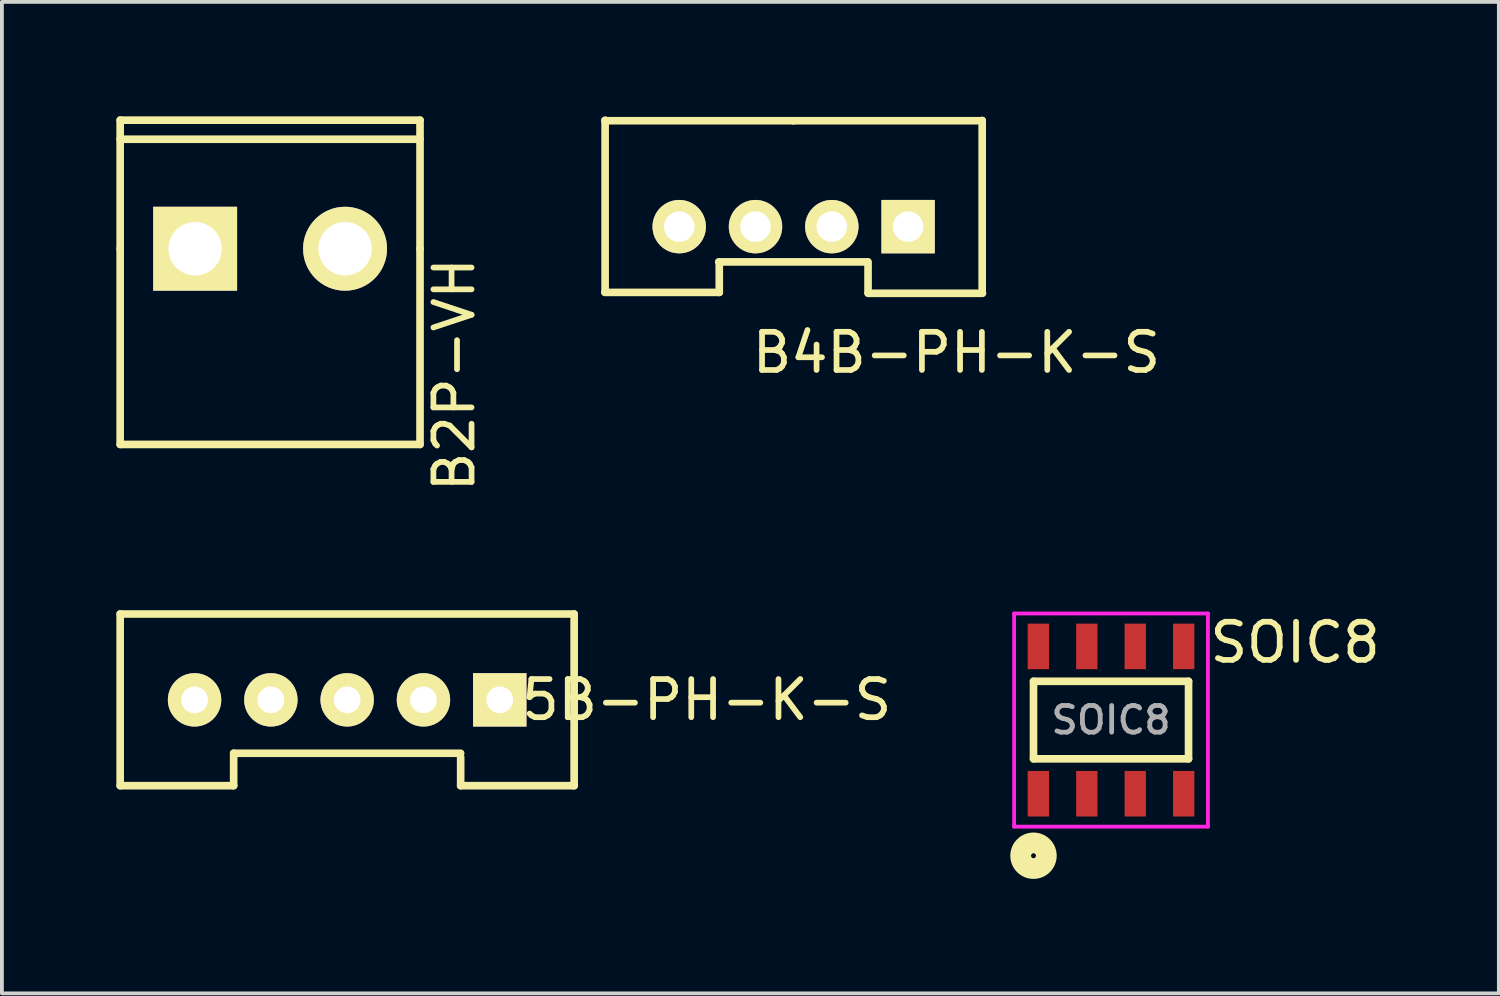
<source format=kicad_pcb>
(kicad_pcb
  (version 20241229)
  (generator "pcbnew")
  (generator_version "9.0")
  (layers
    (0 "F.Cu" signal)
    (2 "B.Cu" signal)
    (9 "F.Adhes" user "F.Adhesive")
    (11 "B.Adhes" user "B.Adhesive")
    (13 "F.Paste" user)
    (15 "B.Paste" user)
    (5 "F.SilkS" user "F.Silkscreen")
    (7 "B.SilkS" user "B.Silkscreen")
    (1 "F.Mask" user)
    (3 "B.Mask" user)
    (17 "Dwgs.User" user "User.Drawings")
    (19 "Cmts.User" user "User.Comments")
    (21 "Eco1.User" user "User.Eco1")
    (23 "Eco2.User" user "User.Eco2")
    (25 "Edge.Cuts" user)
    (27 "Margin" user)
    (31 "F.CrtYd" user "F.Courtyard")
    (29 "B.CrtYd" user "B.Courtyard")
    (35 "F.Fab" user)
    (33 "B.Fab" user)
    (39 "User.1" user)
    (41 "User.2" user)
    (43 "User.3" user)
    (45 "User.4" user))
  (footprint "SOIC8"
    (layer "F.Cu")
    (at 26.073 15.825)
    (property "Reference" "SOIC8" (at 4.826 -2.032 0) (layer "F.SilkS") (effects (font (size 1 1) (thickness 0.15))))
    (attr through_hole)
    (fp_line (start -2.032 -1.016) (end -2.032 1.016) (stroke (width 0.2) (type solid)) (layer "F.SilkS"))
    (fp_line (start -2.032 1.016) (end 2.032 1.016) (stroke (width 0.2) (type solid)) (layer "F.SilkS"))
    (fp_line (start 2.032 -1.016) (end -2.032 -1.016) (stroke (width 0.2) (type solid)) (layer "F.SilkS"))
    (fp_line (start 2.032 1.016) (end 2.032 -1.016) (stroke (width 0.2) (type solid)) (layer "F.SilkS"))
    (fp_circle (center -2.032 3.556) (end -1.968 3.556) (stroke (width 0.2) (type solid)) (fill no) (layer "F.SilkS"))
    (fp_circle (center -2.032 3.556) (end -1.841 3.556) (stroke (width 0.2) (type solid)) (fill no) (layer "F.SilkS"))
    (fp_circle (center -2.032 3.556) (end -1.778 3.619) (stroke (width 0.2) (type solid)) (fill no) (layer "F.SilkS"))
    (fp_circle (center -2.032 3.556) (end -1.651 3.493) (stroke (width 0.2) (type solid)) (fill no) (layer "F.SilkS"))
    (fp_circle (center -2.032 3.556) (end -1.524 3.556) (stroke (width 0.2) (type solid)) (fill no) (layer "F.SilkS"))
    (fp_line (start -2.54 -2.794) (end -2.54 2.794) (stroke (width 0.1) (type solid)) (layer "F.CrtYd"))
    (fp_line (start -2.54 2.794) (end 2.54 2.794) (stroke (width 0.1) (type solid)) (layer "F.CrtYd"))
    (fp_line (start 2.54 -2.794) (end -2.54 -2.794) (stroke (width 0.1) (type solid)) (layer "F.CrtYd"))
    (fp_line (start 2.54 2.794) (end 2.54 -2.794) (stroke (width 0.1) (type solid)) (layer "F.CrtYd"))
    (fp_text user "${REFERENCE}" (at 0 0 0) (layer "F.Fab") (effects (font (size 0.7 0.7) (thickness 0.125))))
    (pad "1" smd rect (at -1.905 1.931) (size 0.559 1.194) (layers "F.Cu" "F.Mask" "F.Paste"))
    (pad "2" smd rect (at -0.635 1.931) (size 0.559 1.194) (layers "F.Cu" "F.Mask" "F.Paste"))
    (pad "3" smd rect (at 0.635 1.931) (size 0.559 1.194) (layers "F.Cu" "F.Mask" "F.Paste"))
    (pad "4" smd rect (at 1.905 1.931) (size 0.559 1.194) (layers "F.Cu" "F.Mask" "F.Paste"))
    (pad "5" smd rect (at 1.905 -1.931) (size 0.559 1.194) (layers "F.Cu" "F.Mask" "F.Paste"))
    (pad "6" smd rect (at 0.635 -1.931) (size 0.559 1.194) (layers "F.Cu" "F.Mask" "F.Paste"))
    (pad "7" smd rect (at -0.635 -1.931) (size 0.559 1.194) (layers "F.Cu" "F.Mask" "F.Paste"))
    (pad "8" smd rect (at -1.905 -1.931) (size 0.559 1.194) (layers "F.Cu" "F.Mask" "F.Paste")))
  (footprint "B2P-VH"
    (layer "F.Cu")
    (at 4.03 3.47)
    (property "Reference" "B2P-VH" (at 4.826 3.302 90) (layer "F.SilkS") (effects (font (size 1 1) (thickness 0.15))))
    (attr through_hole)
    (fp_line (start -3.93 -3.37) (end 3.93 -3.37) (stroke (width 0.2) (type solid)) (layer "F.SilkS"))
    (fp_line (start -3.93 -2.87) (end 3.93 -2.87) (stroke (width 0.2) (type solid)) (layer "F.SilkS"))
    (fp_line (start -3.93 0) (end -3.93 -3.37) (stroke (width 0.2) (type solid)) (layer "F.SilkS"))
    (fp_line (start -3.93 0) (end -3.93 5.13) (stroke (width 0.2) (type solid)) (layer "F.SilkS"))
    (fp_line (start -3.93 5.13) (end 3.93 5.13) (stroke (width 0.2) (type solid)) (layer "F.SilkS"))
    (fp_line (start 3.93 -3.37) (end 3.93 0) (stroke (width 0.2) (type solid)) (layer "F.SilkS"))
    (fp_line (start 3.93 5.13) (end 3.93 0) (stroke (width 0.2) (type solid)) (layer "F.SilkS"))
    (pad "1" thru_hole rect (at -1.965 0) (size 2.2 2.2) (drill 1.4) (layers "*.Cu" "*.Mask" "F.SilkS"))
    (pad "2" thru_hole circle (at 1.965 0) (size 2.2 2.2) (drill 1.4) (layers "*.Cu" "*.Mask" "F.SilkS")))
  (footprint "B4B-PH-K-S"
    (layer "F.Cu")
    (at 17.754 2.891)
    (property "Reference" "B4B-PH-K-S" (at 4.267 3.302 0) (layer "F.SilkS") (effects (font (size 1 1) (thickness 0.15))))
    (attr through_hole)
    (fp_line (start -4.95 1.724) (end -1.95 1.724) (stroke (width 0.2) (type solid)) (layer "F.SilkS"))
    (fp_line (start -4.942 1.709) (end -4.942 -2.791) (stroke (width 0.2) (type solid)) (layer "F.SilkS"))
    (fp_line (start -1.95 1.724) (end -1.95 0.924) (stroke (width 0.2) (type solid)) (layer "F.SilkS"))
    (fp_line (start -0.008 -2.776) (end 4.942 -2.776) (stroke (width 0.2) (type solid)) (layer "F.SilkS"))
    (fp_line (start 0 -2.776) (end -4.95 -2.776) (stroke (width 0.2) (type solid)) (layer "F.SilkS"))
    (fp_line (start 1.935 0.924) (end -1.964 0.924) (stroke (width 0.2) (type solid)) (layer "F.SilkS"))
    (fp_line (start 1.95 1.724) (end 1.95 0.924) (stroke (width 0.2) (type solid)) (layer "F.SilkS"))
    (fp_line (start 4.942 -2.783) (end 4.942 1.717) (stroke (width 0.2) (type solid)) (layer "F.SilkS"))
    (fp_line (start 4.95 1.747) (end 1.95 1.747) (stroke (width 0.2) (type solid)) (layer "F.SilkS"))
    (pad "1" thru_hole rect (at 3 0) (size 1.4 1.4) (drill 0.8) (layers "*.Cu" "*.Mask" "F.SilkS"))
    (pad "2" thru_hole circle (at 1 0) (size 1.4 1.4) (drill 0.8) (layers "*.Cu" "*.Mask" "F.SilkS"))
    (pad "3" thru_hole circle (at -1 0) (size 1.4 1.4) (drill 0.8) (layers "*.Cu" "*.Mask" "F.SilkS"))
    (pad "4" thru_hole circle (at -3 0) (size 1.4 1.4) (drill 0.8) (layers "*.Cu" "*.Mask" "F.SilkS")))
  (footprint "B5B-PH-K-S"
    (layer "F.Cu")
    (at 6.05 15.295)
    (property "Reference" "B5B-PH-K-S" (at 8.925 0 0) (layer "F.SilkS") (effects (font (size 1 1) (thickness 0.15))))
    (attr through_hole)
    (fp_line (start -5.95 -2.25) (end 5.95 -2.25) (stroke (width 0.2) (type solid)) (layer "F.SilkS"))
    (fp_line (start -5.95 2.25) (end -5.95 -2.25) (stroke (width 0.2) (type solid)) (layer "F.SilkS"))
    (fp_line (start -5.95 2.25) (end -2.975 2.25) (stroke (width 0.2) (type solid)) (layer "F.SilkS"))
    (fp_line (start -2.975 1.4) (end 2.975 1.4) (stroke (width 0.2) (type solid)) (layer "F.SilkS"))
    (fp_line (start -2.975 2.25) (end -2.975 1.4) (stroke (width 0.2) (type solid)) (layer "F.SilkS"))
    (fp_line (start 2.975 2.25) (end 2.975 1.5) (stroke (width 0.2) (type solid)) (layer "F.SilkS"))
    (fp_line (start 5.95 -2.25) (end 5.95 2.25) (stroke (width 0.2) (type solid)) (layer "F.SilkS"))
    (fp_line (start 5.95 2.25) (end 2.975 2.25) (stroke (width 0.2) (type solid)) (layer "F.SilkS"))
    (pad "1" thru_hole rect (at 4 0) (size 1.4 1.4) (drill 0.7) (layers "*.Cu" "*.Mask" "F.SilkS"))
    (pad "2" thru_hole circle (at 2 0) (size 1.4 1.4) (drill 0.7) (layers "*.Cu" "*.Mask" "F.SilkS"))
    (pad "3" thru_hole circle (at 0 0) (size 1.4 1.4) (drill 0.7) (layers "*.Cu" "*.Mask" "F.SilkS"))
    (pad "4" thru_hole circle (at -2 0) (size 1.4 1.4) (drill 0.7) (layers "*.Cu" "*.Mask" "F.SilkS"))
    (pad "5" thru_hole circle (at -4 0) (size 1.4 1.4) (drill 0.7) (layers "*.Cu" "*.Mask" "F.SilkS")))
  (gr_rect
    (start -3 -3)
    (end 36.239 22.989)
    (stroke (width 0.1) (type default))
    (fill no)
    (layer "Edge.Cuts")))
</source>
